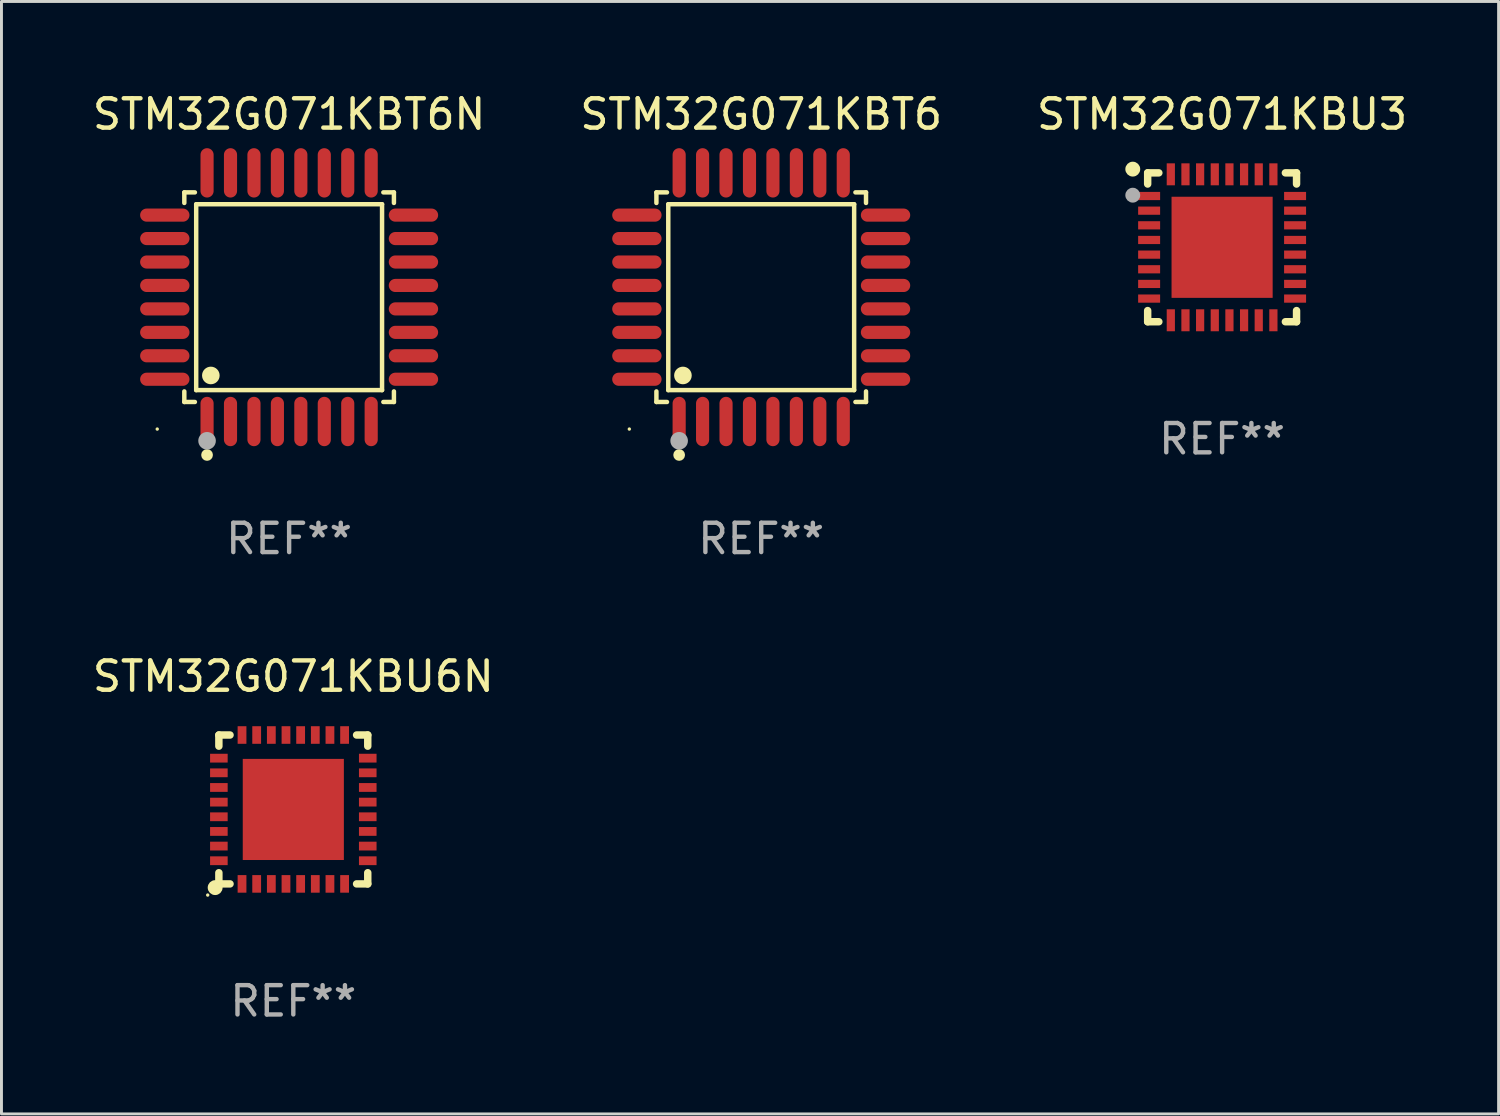
<source format=kicad_pcb>
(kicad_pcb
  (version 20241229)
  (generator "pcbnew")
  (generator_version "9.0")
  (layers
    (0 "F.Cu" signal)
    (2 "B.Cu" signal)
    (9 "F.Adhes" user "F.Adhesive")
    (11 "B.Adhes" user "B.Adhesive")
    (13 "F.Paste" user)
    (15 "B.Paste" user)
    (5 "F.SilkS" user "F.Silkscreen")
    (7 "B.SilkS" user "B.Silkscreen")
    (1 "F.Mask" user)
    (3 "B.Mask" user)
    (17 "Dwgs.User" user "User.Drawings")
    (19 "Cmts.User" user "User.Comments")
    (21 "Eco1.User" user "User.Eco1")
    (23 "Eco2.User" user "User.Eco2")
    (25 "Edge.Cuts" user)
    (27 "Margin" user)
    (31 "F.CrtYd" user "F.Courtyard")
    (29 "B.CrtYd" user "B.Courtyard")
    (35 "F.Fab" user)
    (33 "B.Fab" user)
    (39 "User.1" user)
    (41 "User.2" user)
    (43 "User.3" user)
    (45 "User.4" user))
  (footprint "STM32G071KBT6"
    (layer "F.Cu")
    (at 22.923 7.09)
    (property "Reference" "STM32G071KBT6" (at 0 -6.242 0) (layer "F.SilkS") (effects (font (size 1 1) (thickness 0.15))))
    (attr through_hole)
    (fp_line (start -3.576 -3.576) (end -3.215 -3.576) (stroke (width 0.152) (type solid)) (layer "F.SilkS"))
    (fp_line (start -3.576 -3.215) (end -3.576 -3.576) (stroke (width 0.152) (type solid)) (layer "F.SilkS"))
    (fp_line (start -3.576 3.215) (end -3.576 3.576) (stroke (width 0.152) (type solid)) (layer "F.SilkS"))
    (fp_line (start -3.576 3.576) (end -3.215 3.576) (stroke (width 0.152) (type solid)) (layer "F.SilkS"))
    (fp_line (start -3.171 -3.171) (end 3.171 -3.171) (stroke (width 0.152) (type solid)) (layer "F.SilkS"))
    (fp_line (start -3.171 3.171) (end -3.171 -3.171) (stroke (width 0.152) (type solid)) (layer "F.SilkS"))
    (fp_line (start 3.171 -3.171) (end 3.171 3.171) (stroke (width 0.152) (type solid)) (layer "F.SilkS"))
    (fp_line (start 3.171 3.171) (end -3.171 3.171) (stroke (width 0.152) (type solid)) (layer "F.SilkS"))
    (fp_line (start 3.576 -3.576) (end 3.215 -3.576) (stroke (width 0.152) (type solid)) (layer "F.SilkS"))
    (fp_line (start 3.576 -3.215) (end 3.576 -3.576) (stroke (width 0.152) (type solid)) (layer "F.SilkS"))
    (fp_line (start 3.576 3.215) (end 3.576 3.576) (stroke (width 0.152) (type solid)) (layer "F.SilkS"))
    (fp_line (start 3.576 3.576) (end 3.215 3.576) (stroke (width 0.152) (type solid)) (layer "F.SilkS"))
    (fp_circle (center -4.5 4.5) (end -4.47 4.5) (stroke (width 0.06) (type solid)) (fill no) (layer "F.SilkS"))
    (fp_circle (center -2.8 5.384) (end -2.7 5.384) (stroke (width 0.2) (type solid)) (fill no) (layer "F.SilkS"))
    (fp_circle (center -2.671 2.671) (end -2.521 2.671) (stroke (width 0.3) (type solid)) (fill no) (layer "F.SilkS"))
    (fp_circle (center -2.8 4.9) (end -2.65 4.9) (stroke (width 0.3) (type solid)) (fill no) (layer "F.Fab"))
    (fp_text user "REF**" (at 0 8.242 0) (layer "F.Fab") (effects (font (size 1 1) (thickness 0.15))))
    (pad "1" smd oval (at -2.8 4.242) (size 0.448 1.684) (layers "F.Cu" "F.Mask" "F.Paste"))
    (pad "2" smd oval (at -2 4.242) (size 0.448 1.684) (layers "F.Cu" "F.Mask" "F.Paste"))
    (pad "3" smd oval (at -1.2 4.242) (size 0.448 1.684) (layers "F.Cu" "F.Mask" "F.Paste"))
    (pad "4" smd oval (at -0.4 4.242) (size 0.448 1.684) (layers "F.Cu" "F.Mask" "F.Paste"))
    (pad "5" smd oval (at 0.4 4.242) (size 0.448 1.684) (layers "F.Cu" "F.Mask" "F.Paste"))
    (pad "6" smd oval (at 1.2 4.242) (size 0.448 1.684) (layers "F.Cu" "F.Mask" "F.Paste"))
    (pad "7" smd oval (at 2 4.242) (size 0.448 1.684) (layers "F.Cu" "F.Mask" "F.Paste"))
    (pad "8" smd oval (at 2.8 4.242) (size 0.448 1.684) (layers "F.Cu" "F.Mask" "F.Paste"))
    (pad "9" smd oval (at 4.242 2.8) (size 1.684 0.448) (layers "F.Cu" "F.Mask" "F.Paste"))
    (pad "10" smd oval (at 4.242 2) (size 1.684 0.448) (layers "F.Cu" "F.Mask" "F.Paste"))
    (pad "11" smd oval (at 4.242 1.2) (size 1.684 0.448) (layers "F.Cu" "F.Mask" "F.Paste"))
    (pad "12" smd oval (at 4.242 0.4) (size 1.684 0.448) (layers "F.Cu" "F.Mask" "F.Paste"))
    (pad "13" smd oval (at 4.242 -0.4) (size 1.684 0.448) (layers "F.Cu" "F.Mask" "F.Paste"))
    (pad "14" smd oval (at 4.242 -1.2) (size 1.684 0.448) (layers "F.Cu" "F.Mask" "F.Paste"))
    (pad "15" smd oval (at 4.242 -2) (size 1.684 0.448) (layers "F.Cu" "F.Mask" "F.Paste"))
    (pad "16" smd oval (at 4.242 -2.8) (size 1.684 0.448) (layers "F.Cu" "F.Mask" "F.Paste"))
    (pad "17" smd oval (at 2.8 -4.242) (size 0.448 1.684) (layers "F.Cu" "F.Mask" "F.Paste"))
    (pad "18" smd oval (at 2 -4.242) (size 0.448 1.684) (layers "F.Cu" "F.Mask" "F.Paste"))
    (pad "19" smd oval (at 1.2 -4.242) (size 0.448 1.684) (layers "F.Cu" "F.Mask" "F.Paste"))
    (pad "20" smd oval (at 0.4 -4.242) (size 0.448 1.684) (layers "F.Cu" "F.Mask" "F.Paste"))
    (pad "21" smd oval (at -0.4 -4.242) (size 0.448 1.684) (layers "F.Cu" "F.Mask" "F.Paste"))
    (pad "22" smd oval (at -1.2 -4.242) (size 0.448 1.684) (layers "F.Cu" "F.Mask" "F.Paste"))
    (pad "23" smd oval (at -2 -4.242) (size 0.448 1.684) (layers "F.Cu" "F.Mask" "F.Paste"))
    (pad "24" smd oval (at -2.8 -4.242) (size 0.448 1.684) (layers "F.Cu" "F.Mask" "F.Paste"))
    (pad "25" smd oval (at -4.242 -2.8) (size 1.684 0.448) (layers "F.Cu" "F.Mask" "F.Paste"))
    (pad "26" smd oval (at -4.242 -2) (size 1.684 0.448) (layers "F.Cu" "F.Mask" "F.Paste"))
    (pad "27" smd oval (at -4.242 -1.2) (size 1.684 0.448) (layers "F.Cu" "F.Mask" "F.Paste"))
    (pad "28" smd oval (at -4.242 -0.4) (size 1.684 0.448) (layers "F.Cu" "F.Mask" "F.Paste"))
    (pad "29" smd oval (at -4.242 0.4) (size 1.684 0.448) (layers "F.Cu" "F.Mask" "F.Paste"))
    (pad "30" smd oval (at -4.242 1.2) (size 1.684 0.448) (layers "F.Cu" "F.Mask" "F.Paste"))
    (pad "31" smd oval (at -4.242 2) (size 1.684 0.448) (layers "F.Cu" "F.Mask" "F.Paste"))
    (pad "32" smd oval (at -4.242 2.8) (size 1.684 0.448) (layers "F.Cu" "F.Mask" "F.Paste")))
  (footprint "STM32G071KBU6N"
    (layer "F.Cu")
    (at 6.958 24.569)
    (property "Reference" "STM32G071KBU6N" (at 0 -4.54 0) (layer "F.SilkS") (effects (font (size 1 1) (thickness 0.15))))
    (attr through_hole)
    (fp_line (start -2.54 -2.54) (end -2.159 -2.54) (stroke (width 0.254) (type solid)) (layer "F.SilkS"))
    (fp_line (start -2.54 -2.159) (end -2.54 -2.54) (stroke (width 0.254) (type solid)) (layer "F.SilkS"))
    (fp_line (start -2.54 2.54) (end -2.54 2.159) (stroke (width 0.254) (type solid)) (layer "F.SilkS"))
    (fp_line (start -2.159 2.54) (end -2.54 2.54) (stroke (width 0.254) (type solid)) (layer "F.SilkS"))
    (fp_line (start 2.159 -2.54) (end 2.54 -2.54) (stroke (width 0.254) (type solid)) (layer "F.SilkS"))
    (fp_line (start 2.54 -2.54) (end 2.54 -2.159) (stroke (width 0.254) (type solid)) (layer "F.SilkS"))
    (fp_line (start 2.54 2.159) (end 2.54 2.54) (stroke (width 0.254) (type solid)) (layer "F.SilkS"))
    (fp_line (start 2.54 2.54) (end 2.159 2.54) (stroke (width 0.254) (type solid)) (layer "F.SilkS"))
    (fp_circle (center -2.921 2.921) (end -2.891 2.921) (stroke (width 0.06) (type solid)) (fill no) (layer "F.SilkS"))
    (fp_circle (center -2.667 2.667) (end -2.54 2.667) (stroke (width 0.254) (type solid)) (fill no) (layer "F.SilkS"))
    (fp_text user "REF**" (at 0 6.54 0) (layer "F.Fab") (effects (font (size 1 1) (thickness 0.15))))
    (pad "1" smd rect (at -1.75 2.54 90) (size 0.6 0.3) (layers "F.Cu" "F.Mask" "F.Paste"))
    (pad "2" smd rect (at -1.25 2.54 90) (size 0.6 0.3) (layers "F.Cu" "F.Mask" "F.Paste"))
    (pad "3" smd rect (at -0.75 2.54 90) (size 0.6 0.3) (layers "F.Cu" "F.Mask" "F.Paste"))
    (pad "4" smd rect (at -0.25 2.54 90) (size 0.6 0.3) (layers "F.Cu" "F.Mask" "F.Paste"))
    (pad "5" smd rect (at 0.25 2.54 90) (size 0.6 0.3) (layers "F.Cu" "F.Mask" "F.Paste"))
    (pad "6" smd rect (at 0.75 2.54 90) (size 0.6 0.3) (layers "F.Cu" "F.Mask" "F.Paste"))
    (pad "7" smd rect (at 1.25 2.54 90) (size 0.6 0.3) (layers "F.Cu" "F.Mask" "F.Paste"))
    (pad "8" smd rect (at 1.75 2.54 90) (size 0.6 0.3) (layers "F.Cu" "F.Mask" "F.Paste"))
    (pad "9" smd rect (at 2.54 1.75 180) (size 0.6 0.3) (layers "F.Cu" "F.Mask" "F.Paste"))
    (pad "10" smd rect (at 2.54 1.25 180) (size 0.6 0.3) (layers "F.Cu" "F.Mask" "F.Paste"))
    (pad "11" smd rect (at 2.54 0.75 180) (size 0.6 0.3) (layers "F.Cu" "F.Mask" "F.Paste"))
    (pad "12" smd rect (at 2.54 0.25 180) (size 0.6 0.3) (layers "F.Cu" "F.Mask" "F.Paste"))
    (pad "13" smd rect (at 2.54 -0.25 180) (size 0.6 0.3) (layers "F.Cu" "F.Mask" "F.Paste"))
    (pad "14" smd rect (at 2.54 -0.75 180) (size 0.6 0.3) (layers "F.Cu" "F.Mask" "F.Paste"))
    (pad "15" smd rect (at 2.54 -1.25 180) (size 0.6 0.3) (layers "F.Cu" "F.Mask" "F.Paste"))
    (pad "16" smd rect (at 2.54 -1.75 180) (size 0.6 0.3) (layers "F.Cu" "F.Mask" "F.Paste"))
    (pad "17" smd rect (at 1.75 -2.54 270) (size 0.6 0.3) (layers "F.Cu" "F.Mask" "F.Paste"))
    (pad "18" smd rect (at 1.25 -2.54 270) (size 0.6 0.3) (layers "F.Cu" "F.Mask" "F.Paste"))
    (pad "19" smd rect (at 0.75 -2.54 270) (size 0.6 0.3) (layers "F.Cu" "F.Mask" "F.Paste"))
    (pad "20" smd rect (at 0.25 -2.54 270) (size 0.6 0.3) (layers "F.Cu" "F.Mask" "F.Paste"))
    (pad "21" smd rect (at -0.25 -2.54 270) (size 0.6 0.3) (layers "F.Cu" "F.Mask" "F.Paste"))
    (pad "22" smd rect (at -0.75 -2.54 270) (size 0.6 0.3) (layers "F.Cu" "F.Mask" "F.Paste"))
    (pad "23" smd rect (at -1.25 -2.54 270) (size 0.6 0.3) (layers "F.Cu" "F.Mask" "F.Paste"))
    (pad "24" smd rect (at -1.75 -2.54 270) (size 0.6 0.3) (layers "F.Cu" "F.Mask" "F.Paste"))
    (pad "25" smd rect (at -2.54 -1.75) (size 0.6 0.3) (layers "F.Cu" "F.Mask" "F.Paste"))
    (pad "26" smd rect (at -2.54 -1.25) (size 0.6 0.3) (layers "F.Cu" "F.Mask" "F.Paste"))
    (pad "27" smd rect (at -2.54 -0.75) (size 0.6 0.3) (layers "F.Cu" "F.Mask" "F.Paste"))
    (pad "28" smd rect (at -2.54 -0.25) (size 0.6 0.3) (layers "F.Cu" "F.Mask" "F.Paste"))
    (pad "29" smd rect (at -2.54 0.25) (size 0.6 0.3) (layers "F.Cu" "F.Mask" "F.Paste"))
    (pad "30" smd rect (at -2.54 0.75) (size 0.6 0.3) (layers "F.Cu" "F.Mask" "F.Paste"))
    (pad "31" smd rect (at -2.54 1.25) (size 0.6 0.3) (layers "F.Cu" "F.Mask" "F.Paste"))
    (pad "32" smd rect (at -2.54 1.75) (size 0.6 0.3) (layers "F.Cu" "F.Mask" "F.Paste"))
    (pad "33" smd rect (at 0 0) (size 3.45 3.45) (layers "F.Cu" "F.Mask" "F.Paste")))
  (footprint "STM32G071KBT6N"
    (layer "F.Cu")
    (at 6.815 7.09)
    (property "Reference" "STM32G071KBT6N" (at 0 -6.242 0) (layer "F.SilkS") (effects (font (size 1 1) (thickness 0.15))))
    (attr through_hole)
    (fp_line (start -3.576 -3.576) (end -3.215 -3.576) (stroke (width 0.152) (type solid)) (layer "F.SilkS"))
    (fp_line (start -3.576 -3.215) (end -3.576 -3.576) (stroke (width 0.152) (type solid)) (layer "F.SilkS"))
    (fp_line (start -3.576 3.215) (end -3.576 3.576) (stroke (width 0.152) (type solid)) (layer "F.SilkS"))
    (fp_line (start -3.576 3.576) (end -3.215 3.576) (stroke (width 0.152) (type solid)) (layer "F.SilkS"))
    (fp_line (start -3.171 -3.171) (end 3.171 -3.171) (stroke (width 0.152) (type solid)) (layer "F.SilkS"))
    (fp_line (start -3.171 3.171) (end -3.171 -3.171) (stroke (width 0.152) (type solid)) (layer "F.SilkS"))
    (fp_line (start 3.171 -3.171) (end 3.171 3.171) (stroke (width 0.152) (type solid)) (layer "F.SilkS"))
    (fp_line (start 3.171 3.171) (end -3.171 3.171) (stroke (width 0.152) (type solid)) (layer "F.SilkS"))
    (fp_line (start 3.576 -3.576) (end 3.215 -3.576) (stroke (width 0.152) (type solid)) (layer "F.SilkS"))
    (fp_line (start 3.576 -3.215) (end 3.576 -3.576) (stroke (width 0.152) (type solid)) (layer "F.SilkS"))
    (fp_line (start 3.576 3.215) (end 3.576 3.576) (stroke (width 0.152) (type solid)) (layer "F.SilkS"))
    (fp_line (start 3.576 3.576) (end 3.215 3.576) (stroke (width 0.152) (type solid)) (layer "F.SilkS"))
    (fp_circle (center -4.5 4.5) (end -4.47 4.5) (stroke (width 0.06) (type solid)) (fill no) (layer "F.SilkS"))
    (fp_circle (center -2.8 5.384) (end -2.7 5.384) (stroke (width 0.2) (type solid)) (fill no) (layer "F.SilkS"))
    (fp_circle (center -2.671 2.671) (end -2.521 2.671) (stroke (width 0.3) (type solid)) (fill no) (layer "F.SilkS"))
    (fp_circle (center -2.8 4.9) (end -2.65 4.9) (stroke (width 0.3) (type solid)) (fill no) (layer "F.Fab"))
    (fp_text user "REF**" (at 0 8.242 0) (layer "F.Fab") (effects (font (size 1 1) (thickness 0.15))))
    (pad "1" smd oval (at -2.8 4.242) (size 0.448 1.684) (layers "F.Cu" "F.Mask" "F.Paste"))
    (pad "2" smd oval (at -2 4.242) (size 0.448 1.684) (layers "F.Cu" "F.Mask" "F.Paste"))
    (pad "3" smd oval (at -1.2 4.242) (size 0.448 1.684) (layers "F.Cu" "F.Mask" "F.Paste"))
    (pad "4" smd oval (at -0.4 4.242) (size 0.448 1.684) (layers "F.Cu" "F.Mask" "F.Paste"))
    (pad "5" smd oval (at 0.4 4.242) (size 0.448 1.684) (layers "F.Cu" "F.Mask" "F.Paste"))
    (pad "6" smd oval (at 1.2 4.242) (size 0.448 1.684) (layers "F.Cu" "F.Mask" "F.Paste"))
    (pad "7" smd oval (at 2 4.242) (size 0.448 1.684) (layers "F.Cu" "F.Mask" "F.Paste"))
    (pad "8" smd oval (at 2.8 4.242) (size 0.448 1.684) (layers "F.Cu" "F.Mask" "F.Paste"))
    (pad "9" smd oval (at 4.242 2.8) (size 1.684 0.448) (layers "F.Cu" "F.Mask" "F.Paste"))
    (pad "10" smd oval (at 4.242 2) (size 1.684 0.448) (layers "F.Cu" "F.Mask" "F.Paste"))
    (pad "11" smd oval (at 4.242 1.2) (size 1.684 0.448) (layers "F.Cu" "F.Mask" "F.Paste"))
    (pad "12" smd oval (at 4.242 0.4) (size 1.684 0.448) (layers "F.Cu" "F.Mask" "F.Paste"))
    (pad "13" smd oval (at 4.242 -0.4) (size 1.684 0.448) (layers "F.Cu" "F.Mask" "F.Paste"))
    (pad "14" smd oval (at 4.242 -1.2) (size 1.684 0.448) (layers "F.Cu" "F.Mask" "F.Paste"))
    (pad "15" smd oval (at 4.242 -2) (size 1.684 0.448) (layers "F.Cu" "F.Mask" "F.Paste"))
    (pad "16" smd oval (at 4.242 -2.8) (size 1.684 0.448) (layers "F.Cu" "F.Mask" "F.Paste"))
    (pad "17" smd oval (at 2.8 -4.242) (size 0.448 1.684) (layers "F.Cu" "F.Mask" "F.Paste"))
    (pad "18" smd oval (at 2 -4.242) (size 0.448 1.684) (layers "F.Cu" "F.Mask" "F.Paste"))
    (pad "19" smd oval (at 1.2 -4.242) (size 0.448 1.684) (layers "F.Cu" "F.Mask" "F.Paste"))
    (pad "20" smd oval (at 0.4 -4.242) (size 0.448 1.684) (layers "F.Cu" "F.Mask" "F.Paste"))
    (pad "21" smd oval (at -0.4 -4.242) (size 0.448 1.684) (layers "F.Cu" "F.Mask" "F.Paste"))
    (pad "22" smd oval (at -1.2 -4.242) (size 0.448 1.684) (layers "F.Cu" "F.Mask" "F.Paste"))
    (pad "23" smd oval (at -2 -4.242) (size 0.448 1.684) (layers "F.Cu" "F.Mask" "F.Paste"))
    (pad "24" smd oval (at -2.8 -4.242) (size 0.448 1.684) (layers "F.Cu" "F.Mask" "F.Paste"))
    (pad "25" smd oval (at -4.242 -2.8) (size 1.684 0.448) (layers "F.Cu" "F.Mask" "F.Paste"))
    (pad "26" smd oval (at -4.242 -2) (size 1.684 0.448) (layers "F.Cu" "F.Mask" "F.Paste"))
    (pad "27" smd oval (at -4.242 -1.2) (size 1.684 0.448) (layers "F.Cu" "F.Mask" "F.Paste"))
    (pad "28" smd oval (at -4.242 -0.4) (size 1.684 0.448) (layers "F.Cu" "F.Mask" "F.Paste"))
    (pad "29" smd oval (at -4.242 0.4) (size 1.684 0.448) (layers "F.Cu" "F.Mask" "F.Paste"))
    (pad "30" smd oval (at -4.242 1.2) (size 1.684 0.448) (layers "F.Cu" "F.Mask" "F.Paste"))
    (pad "31" smd oval (at -4.242 2) (size 1.684 0.448) (layers "F.Cu" "F.Mask" "F.Paste"))
    (pad "32" smd oval (at -4.242 2.8) (size 1.684 0.448) (layers "F.Cu" "F.Mask" "F.Paste")))
  (footprint "STM32G071KBU3"
    (layer "F.Cu")
    (at 38.649 5.388)
    (property "Reference" "STM32G071KBU3" (at 0 -4.54 0) (layer "F.SilkS") (effects (font (size 1 1) (thickness 0.15))))
    (attr through_hole)
    (fp_line (start -2.54 -2.54) (end -2.159 -2.54) (stroke (width 0.254) (type solid)) (layer "F.SilkS"))
    (fp_line (start -2.54 -2.159) (end -2.54 -2.54) (stroke (width 0.254) (type solid)) (layer "F.SilkS"))
    (fp_line (start -2.54 2.54) (end -2.54 2.159) (stroke (width 0.254) (type solid)) (layer "F.SilkS"))
    (fp_line (start -2.159 2.54) (end -2.54 2.54) (stroke (width 0.254) (type solid)) (layer "F.SilkS"))
    (fp_line (start 2.159 -2.54) (end 2.54 -2.54) (stroke (width 0.254) (type solid)) (layer "F.SilkS"))
    (fp_line (start 2.54 -2.54) (end 2.54 -2.159) (stroke (width 0.254) (type solid)) (layer "F.SilkS"))
    (fp_line (start 2.54 2.159) (end 2.54 2.54) (stroke (width 0.254) (type solid)) (layer "F.SilkS"))
    (fp_line (start 2.54 2.54) (end 2.159 2.54) (stroke (width 0.254) (type solid)) (layer "F.SilkS"))
    (fp_circle (center -3.048 -2.667) (end -2.921 -2.667) (stroke (width 0.254) (type solid)) (fill no) (layer "F.SilkS"))
    (fp_circle (center -2.5 -2.5) (end -2.47 -2.5) (stroke (width 0.06) (type solid)) (fill no) (layer "F.SilkS"))
    (fp_circle (center -3.048 -1.778) (end -2.921 -1.778) (stroke (width 0.254) (type solid)) (fill no) (layer "F.Fab"))
    (fp_text user "REF**" (at 0 6.54 0) (layer "F.Fab") (effects (font (size 1 1) (thickness 0.15))))
    (pad "1" smd rect (at -2.49 -1.75) (size 0.75 0.28) (layers "F.Cu" "F.Mask" "F.Paste"))
    (pad "2" smd rect (at -2.49 -1.25) (size 0.75 0.28) (layers "F.Cu" "F.Mask" "F.Paste"))
    (pad "3" smd rect (at -2.49 -0.75) (size 0.75 0.28) (layers "F.Cu" "F.Mask" "F.Paste"))
    (pad "4" smd rect (at -2.49 -0.25) (size 0.75 0.28) (layers "F.Cu" "F.Mask" "F.Paste"))
    (pad "5" smd rect (at -2.49 0.25) (size 0.75 0.28) (layers "F.Cu" "F.Mask" "F.Paste"))
    (pad "6" smd rect (at -2.49 0.75) (size 0.75 0.28) (layers "F.Cu" "F.Mask" "F.Paste"))
    (pad "7" smd rect (at -2.49 1.25) (size 0.75 0.28) (layers "F.Cu" "F.Mask" "F.Paste"))
    (pad "8" smd rect (at -2.49 1.75) (size 0.75 0.28) (layers "F.Cu" "F.Mask" "F.Paste"))
    (pad "9" smd rect (at -1.75 2.49) (size 0.28 0.75) (layers "F.Cu" "F.Mask" "F.Paste"))
    (pad "10" smd rect (at -1.25 2.49) (size 0.28 0.75) (layers "F.Cu" "F.Mask" "F.Paste"))
    (pad "11" smd rect (at -0.75 2.49) (size 0.28 0.75) (layers "F.Cu" "F.Mask" "F.Paste"))
    (pad "12" smd rect (at -0.25 2.49) (size 0.28 0.75) (layers "F.Cu" "F.Mask" "F.Paste"))
    (pad "13" smd rect (at 0.25 2.49) (size 0.28 0.75) (layers "F.Cu" "F.Mask" "F.Paste"))
    (pad "14" smd rect (at 0.75 2.49) (size 0.28 0.75) (layers "F.Cu" "F.Mask" "F.Paste"))
    (pad "15" smd rect (at 1.25 2.49) (size 0.28 0.75) (layers "F.Cu" "F.Mask" "F.Paste"))
    (pad "16" smd rect (at 1.75 2.49) (size 0.28 0.75) (layers "F.Cu" "F.Mask" "F.Paste"))
    (pad "17" smd rect (at 2.49 1.75) (size 0.75 0.28) (layers "F.Cu" "F.Mask" "F.Paste"))
    (pad "18" smd rect (at 2.49 1.25) (size 0.75 0.28) (layers "F.Cu" "F.Mask" "F.Paste"))
    (pad "19" smd rect (at 2.49 0.75) (size 0.75 0.28) (layers "F.Cu" "F.Mask" "F.Paste"))
    (pad "20" smd rect (at 2.49 0.25) (size 0.75 0.28) (layers "F.Cu" "F.Mask" "F.Paste"))
    (pad "21" smd rect (at 2.49 -0.25) (size 0.75 0.28) (layers "F.Cu" "F.Mask" "F.Paste"))
    (pad "22" smd rect (at 2.49 -0.75) (size 0.75 0.28) (layers "F.Cu" "F.Mask" "F.Paste"))
    (pad "23" smd rect (at 2.49 -1.25) (size 0.75 0.28) (layers "F.Cu" "F.Mask" "F.Paste"))
    (pad "24" smd rect (at 2.49 -1.75) (size 0.75 0.28) (layers "F.Cu" "F.Mask" "F.Paste"))
    (pad "25" smd rect (at 1.75 -2.49) (size 0.28 0.75) (layers "F.Cu" "F.Mask" "F.Paste"))
    (pad "26" smd rect (at 1.25 -2.49) (size 0.28 0.75) (layers "F.Cu" "F.Mask" "F.Paste"))
    (pad "27" smd rect (at 0.75 -2.49) (size 0.28 0.75) (layers "F.Cu" "F.Mask" "F.Paste"))
    (pad "28" smd rect (at 0.25 -2.49) (size 0.28 0.75) (layers "F.Cu" "F.Mask" "F.Paste"))
    (pad "29" smd rect (at -0.25 -2.49) (size 0.28 0.75) (layers "F.Cu" "F.Mask" "F.Paste"))
    (pad "30" smd rect (at -0.75 -2.49) (size 0.28 0.75) (layers "F.Cu" "F.Mask" "F.Paste"))
    (pad "31" smd rect (at -1.25 -2.49) (size 0.28 0.75) (layers "F.Cu" "F.Mask" "F.Paste"))
    (pad "32" smd rect (at -1.75 -2.49) (size 0.28 0.75) (layers "F.Cu" "F.Mask" "F.Paste"))
    (pad "33" smd rect (at 0 0) (size 3.45 3.45) (layers "F.Cu" "F.Mask" "F.Paste")))
  (gr_rect
    (start -3 -3)
    (end 48.083 34.957)
    (stroke (width 0.1) (type default))
    (fill no)
    (layer "Edge.Cuts")))
</source>
